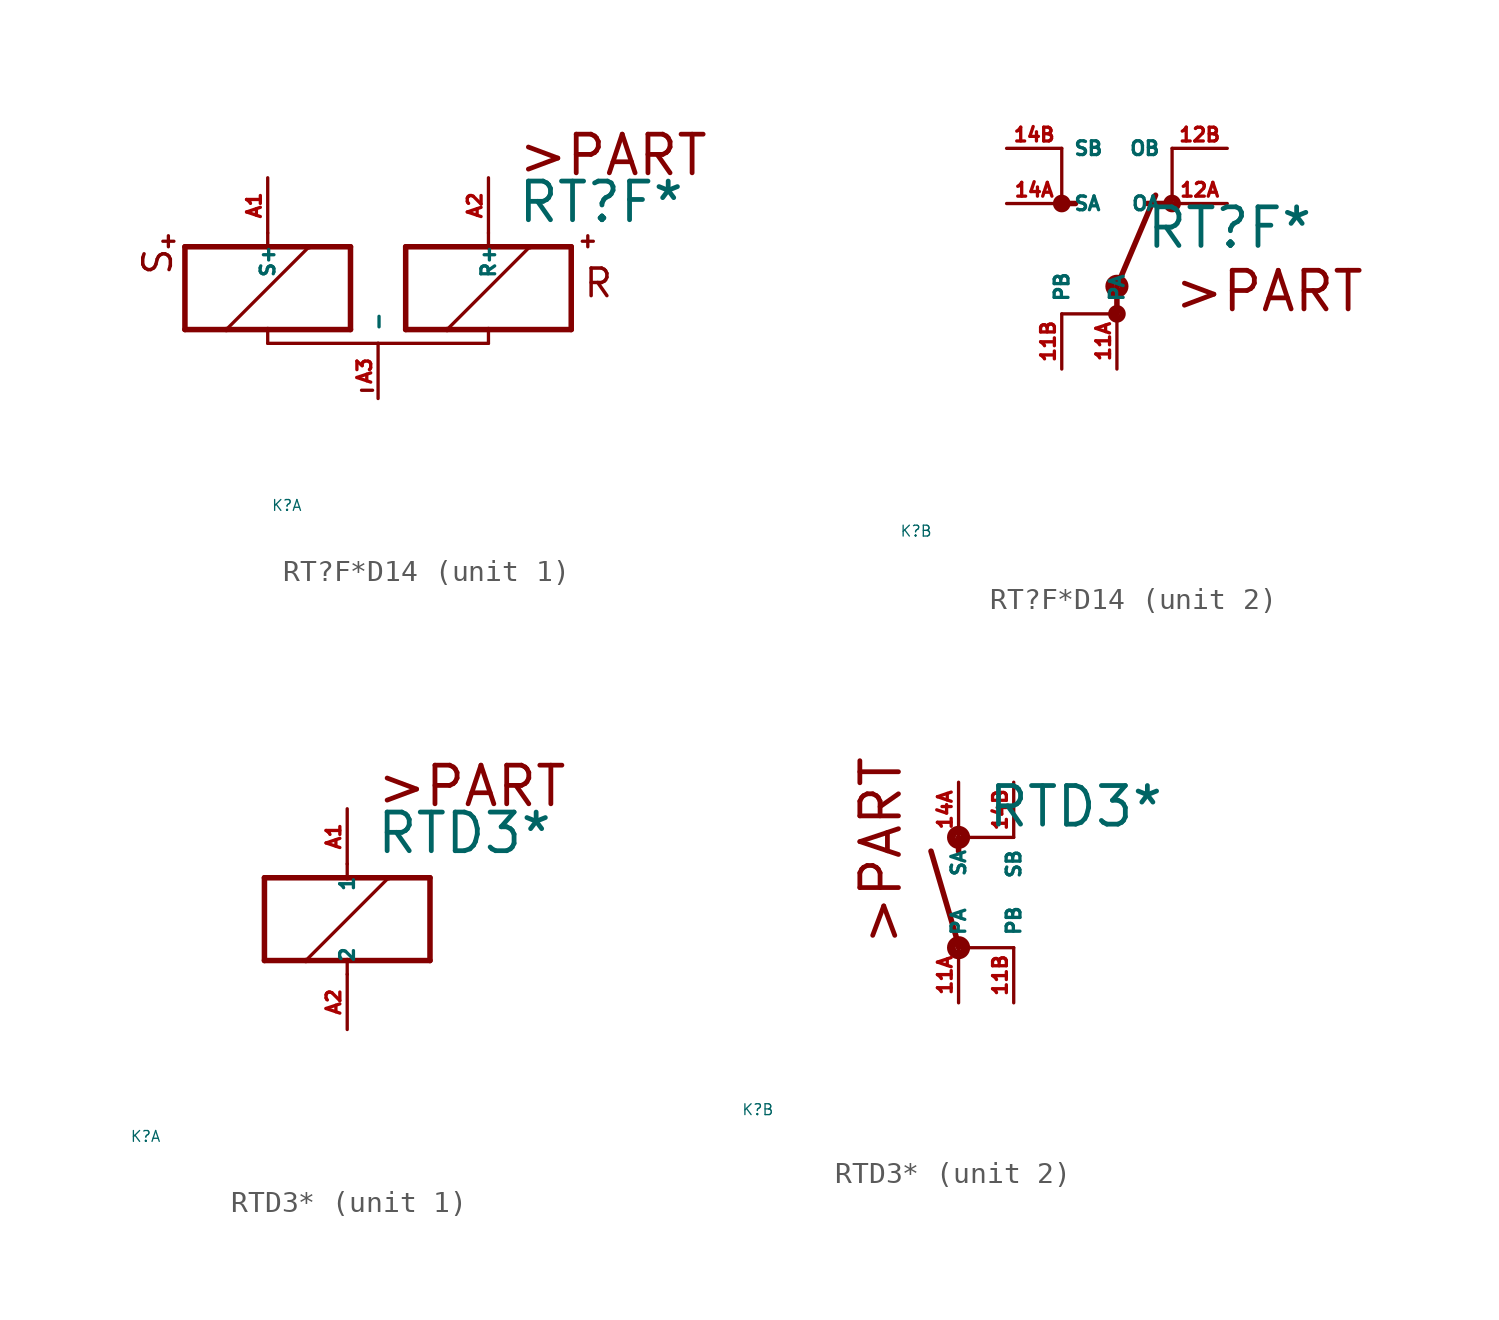
<source format=kicad_sym>
(kicad_symbol_lib
  (version 20220914)
  (generator Eagle2Kicad)
  (symbol "RT?F*D14"
    (property "Reference" "K"
      (at -10 -10 0)
      (effects (font (size 0.5 0.5) (thickness 0.06)) (justify left)))
    (property "Value" "RT?F*"
      (at 1.27 2.921 0)
      (effects (font (size 1.778 1.778) (thickness 0.22)) (justify left bottom)))
    (symbol "RT?F*D14_1_0"
      (polyline (pts (xy -3.81 -1.905) (xy -1.905 -1.905)) (stroke (width 0.254) (type default)) (fill (type none)))
      (polyline (pts (xy 3.81 -1.905) (xy 3.81 1.905)) (stroke (width 0.254) (type default)) (fill (type none)))
      (polyline (pts (xy 3.81 1.905) (xy 1.905 1.905)) (stroke (width 0.254) (type default)) (fill (type none)))
      (polyline (pts (xy -3.81 1.905) (xy -3.81 -1.905)) (stroke (width 0.254) (type default)) (fill (type none)))
      (polyline (pts (xy -5.08 -2.54) (xy 0 -2.54)) (stroke (width 0.152) (type default)) (fill (type none)))
      (polyline (pts (xy 0 -2.54) (xy 0 -1.905)) (stroke (width 0.152) (type default)) (fill (type none)))
      (polyline (pts (xy 0 -1.905) (xy 3.81 -1.905)) (stroke (width 0.254) (type default)) (fill (type none)))
      (polyline (pts (xy 0 2.54) (xy 0 1.905)) (stroke (width 0.152) (type default)) (fill (type none)))
      (polyline (pts (xy 0 1.905) (xy -3.81 1.905)) (stroke (width 0.254) (type default)) (fill (type none)))
      (polyline (pts (xy -1.905 -1.905) (xy 1.905 1.905)) (stroke (width 0.152) (type default)) (fill (type none)))
      (polyline (pts (xy -1.905 -1.905) (xy 0 -1.905)) (stroke (width 0.254) (type default)) (fill (type none)))
      (polyline (pts (xy 1.905 1.905) (xy 0 1.905)) (stroke (width 0.254) (type default)) (fill (type none)))
      (polyline (pts (xy -14.478 2.159) (xy -14.986 2.159)) (stroke (width 0.152) (type default)) (fill (type none)))
      (polyline (pts (xy -14.732 2.413) (xy -14.732 1.905)) (stroke (width 0.152) (type default)) (fill (type none)))
      (polyline (pts (xy -5.842 -4.699) (xy -5.334 -4.699)) (stroke (width 0.152) (type default)) (fill (type none)))
      (polyline (pts (xy -6.35 1.905) (xy -8.255 1.905)) (stroke (width 0.254) (type default)) (fill (type none)))
      (polyline (pts (xy -13.97 1.905) (xy -13.97 -1.905)) (stroke (width 0.254) (type default)) (fill (type none)))
      (polyline (pts (xy -13.97 -1.905) (xy -12.065 -1.905)) (stroke (width 0.254) (type default)) (fill (type none)))
      (polyline (pts (xy -6.35 -1.905) (xy -6.35 1.905)) (stroke (width 0.254) (type default)) (fill (type none)))
      (polyline (pts (xy -10.16 2.54) (xy -10.16 1.905)) (stroke (width 0.152) (type default)) (fill (type none)))
      (polyline (pts (xy -10.16 1.905) (xy -13.97 1.905)) (stroke (width 0.254) (type default)) (fill (type none)))
      (polyline (pts (xy -5.08 -2.54) (xy -10.16 -2.54)) (stroke (width 0.152) (type default)) (fill (type none)))
      (polyline (pts (xy -10.16 -2.54) (xy -10.16 -1.905)) (stroke (width 0.152) (type default)) (fill (type none)))
      (polyline (pts (xy -10.16 -1.905) (xy -6.35 -1.905)) (stroke (width 0.254) (type default)) (fill (type none)))
      (polyline (pts (xy -8.255 1.905) (xy -12.065 -1.905)) (stroke (width 0.152) (type default)) (fill (type none)))
      (polyline (pts (xy -8.255 1.905) (xy -10.16 1.905)) (stroke (width 0.254) (type default)) (fill (type none)))
      (polyline (pts (xy -12.065 -1.905) (xy -10.16 -1.905)) (stroke (width 0.254) (type default)) (fill (type none)))
      (polyline (pts (xy 4.318 2.159) (xy 4.826 2.159)) (stroke (width 0.152) (type default)) (fill (type none)))
      (polyline (pts (xy 4.572 2.413) (xy 4.572 1.905)) (stroke (width 0.152) (type default)) (fill (type none)))
      (text ">PART" (at 1.27 5.08 0) (effects (font (size 1.778 1.778) (thickness 0.22)) (justify left bottom)))
      (text "R" (at 4.318 -0.508 0) (effects (font (size 1.27 1.27) (thickness 0.16)) (justify left bottom)))
      (text "S" (at -14.478 0.508 1800) (effects (font (size 1.27 1.27) (thickness 0.16)) (justify left bottom)))
      (pin passive line (at -5.08 -5.08 90) (length 2.54) (name "-" (effects (font (size 0.635 0.635) (thickness 0.08)) (justify left bottom))) (number "A3" (effects (font (size 0.635 0.635) (thickness 0.08)) (justify left bottom))))
      (pin passive line (at 0 5.08 270) (length 2.54) (name "R+" (effects (font (size 0.635 0.635) (thickness 0.08)) (justify left bottom))) (number "A2" (effects (font (size 0.635 0.635) (thickness 0.08)) (justify left bottom))))
      (pin passive line (at -10.16 5.08 270) (length 2.54) (name "S+" (effects (font (size 0.635 0.635) (thickness 0.08)) (justify left bottom))) (number "A1" (effects (font (size 0.635 0.635) (thickness 0.08)) (justify left bottom)))))
    (symbol "RT?F*D14_2_0"
      (polyline (pts (xy 2.413 5.08) (xy 1.397 5.08)) (stroke (width 0.254) (type default)) (fill (type none)))
      (polyline (pts (xy -2.667 5.08) (xy -2.54 5.08)) (stroke (width 0.254) (type default)) (fill (type none)))
      (polyline (pts (xy -2.54 5.08) (xy -1.905 5.08)) (stroke (width 0.254) (type default)) (fill (type none)))
      (polyline (pts (xy 0 1.27) (xy 1.778 5.461)) (stroke (width 0.254) (type default)) (fill (type none)))
      (polyline (pts (xy 0 1.27) (xy 0 0)) (stroke (width 0.254) (type default)) (fill (type none)))
      (polyline (pts (xy -2.54 7.62) (xy -2.54 5.08)) (stroke (width 0.152) (type default)) (fill (type none)))
      (polyline (pts (xy 2.54 7.62) (xy 2.54 5.08)) (stroke (width 0.152) (type default)) (fill (type none)))
      (polyline (pts (xy -2.54 0) (xy 0 0)) (stroke (width 0.152) (type default)) (fill (type none)))
      (text ">PART" (at 2.54 0 0) (effects (font (size 1.778 1.778) (thickness 0.22)) (justify left bottom)))
      (circle (center 0 1.27) (radius 0.127) (stroke (width 0.406) (type default)) (fill (type none)))
      (circle (center -2.54 5.08) (radius 0.254) (stroke (width 0.305) (type default)) (fill (type none)))
      (circle (center 0 0) (radius 0.254) (stroke (width 0.305) (type default)) (fill (type none)))
      (circle (center 2.54 5.08) (radius 0.254) (stroke (width 0.305) (type default)) (fill (type none)))
      (pin passive line (at 5.08 5.08 180) (length 2.54) (name "OA" (effects (font (size 0.635 0.635) (thickness 0.08)) (justify left bottom))) (number "12A" (effects (font (size 0.635 0.635) (thickness 0.08)) (justify left bottom))))
      (pin passive line (at -5.08 5.08 0) (length 2.54) (name "SA" (effects (font (size 0.635 0.635) (thickness 0.08)) (justify left bottom))) (number "14A" (effects (font (size 0.635 0.635) (thickness 0.08)) (justify left bottom))))
      (pin passive line (at 0 -2.54 90) (length 2.54) (name "PA" (effects (font (size 0.635 0.635) (thickness 0.08)) (justify left bottom))) (number "11A" (effects (font (size 0.635 0.635) (thickness 0.08)) (justify left bottom))))
      (pin passive line (at -5.08 7.62 0) (length 2.54) (name "SB" (effects (font (size 0.635 0.635) (thickness 0.08)) (justify left bottom))) (number "14B" (effects (font (size 0.635 0.635) (thickness 0.08)) (justify left bottom))))
      (pin passive line (at 5.08 7.62 180) (length 2.54) (name "OB" (effects (font (size 0.635 0.635) (thickness 0.08)) (justify left bottom))) (number "12B" (effects (font (size 0.635 0.635) (thickness 0.08)) (justify left bottom))))
      (pin passive line (at -2.54 -2.54 90) (length 2.54) (name "PB" (effects (font (size 0.635 0.635) (thickness 0.08)) (justify left bottom))) (number "11B" (effects (font (size 0.635 0.635) (thickness 0.08)) (justify left bottom))))))
  (symbol "RTD3*"
    (property "Reference" "K"
      (at -10 -10 0)
      (effects (font (size 0.5 0.5) (thickness 0.06)) (justify left)))
    (property "Value" "RTD3*"
      (at 1.27 2.921 0)
      (effects (font (size 1.778 1.778) (thickness 0.22)) (justify left bottom)))
    (symbol "RTD3*_1_0"
      (polyline (pts (xy -3.81 -1.905) (xy -1.905 -1.905)) (stroke (width 0.254) (type default)) (fill (type none)))
      (polyline (pts (xy 3.81 -1.905) (xy 3.81 1.905)) (stroke (width 0.254) (type default)) (fill (type none)))
      (polyline (pts (xy 3.81 1.905) (xy 1.905 1.905)) (stroke (width 0.254) (type default)) (fill (type none)))
      (polyline (pts (xy -3.81 1.905) (xy -3.81 -1.905)) (stroke (width 0.254) (type default)) (fill (type none)))
      (polyline (pts (xy 0 -2.54) (xy 0 -1.905)) (stroke (width 0.152) (type default)) (fill (type none)))
      (polyline (pts (xy 0 -1.905) (xy 3.81 -1.905)) (stroke (width 0.254) (type default)) (fill (type none)))
      (polyline (pts (xy 0 2.54) (xy 0 1.905)) (stroke (width 0.152) (type default)) (fill (type none)))
      (polyline (pts (xy 0 1.905) (xy -3.81 1.905)) (stroke (width 0.254) (type default)) (fill (type none)))
      (polyline (pts (xy -1.905 -1.905) (xy 1.905 1.905)) (stroke (width 0.152) (type default)) (fill (type none)))
      (polyline (pts (xy -1.905 -1.905) (xy 0 -1.905)) (stroke (width 0.254) (type default)) (fill (type none)))
      (polyline (pts (xy 1.905 1.905) (xy 0 1.905)) (stroke (width 0.254) (type default)) (fill (type none)))
      (text ">PART" (at 1.27 5.08 0) (effects (font (size 1.778 1.778) (thickness 0.22)) (justify left bottom)))
      (pin passive line (at 0 -5.08 90) (length 2.54) (name "2" (effects (font (size 0.635 0.635) (thickness 0.08)) (justify left bottom))) (number "A2" (effects (font (size 0.635 0.635) (thickness 0.08)) (justify left bottom))))
      (pin passive line (at 0 5.08 270) (length 2.54) (name "1" (effects (font (size 0.635 0.635) (thickness 0.08)) (justify left bottom))) (number "A1" (effects (font (size 0.635 0.635) (thickness 0.08)) (justify left bottom)))))
    (symbol "RTD3*_2_0"
      (polyline (pts (xy 0 2.54) (xy 0 1.905)) (stroke (width 0.254) (type default)) (fill (type none)))
      (polyline (pts (xy 0 -2.54) (xy 0 -2.413)) (stroke (width 0.254) (type default)) (fill (type none)))
      (polyline (pts (xy 0 -2.413) (xy -1.27 1.905)) (stroke (width 0.254) (type default)) (fill (type none)))
      (polyline (pts (xy 0 2.54) (xy 2.54 2.54)) (stroke (width 0.152) (type default)) (fill (type none)))
      (polyline (pts (xy 0 -2.54) (xy 2.54 -2.54)) (stroke (width 0.152) (type default)) (fill (type none)))
      (text ">PART" (at -2.54 -2.54 900) (effects (font (size 1.778 1.778) (thickness 0.22)) (justify left bottom)))
      (circle (center 0 -2.54) (radius 0.127) (stroke (width 0.406) (type default)) (fill (type none)))
      (circle (center 0 2.54) (radius 0.127) (stroke (width 0.406) (type default)) (fill (type none)))
      (pin passive line (at 0 -5.08 90) (length 2.54) (name "PA" (effects (font (size 0.635 0.635) (thickness 0.08)) (justify left bottom))) (number "11A" (effects (font (size 0.635 0.635) (thickness 0.08)) (justify left bottom))))
      (pin passive line (at 0 5.08 270) (length 2.54) (name "SA" (effects (font (size 0.635 0.635) (thickness 0.08)) (justify left bottom))) (number "14A" (effects (font (size 0.635 0.635) (thickness 0.08)) (justify left bottom))))
      (pin passive line (at 2.54 5.08 270) (length 2.54) (name "SB" (effects (font (size 0.635 0.635) (thickness 0.08)) (justify left bottom))) (number "14B" (effects (font (size 0.635 0.635) (thickness 0.08)) (justify left bottom))))
      (pin passive line (at 2.54 -5.08 90) (length 2.54) (name "PB" (effects (font (size 0.635 0.635) (thickness 0.08)) (justify left bottom))) (number "11B" (effects (font (size 0.635 0.635) (thickness 0.08)) (justify left bottom)))))))
</source>
